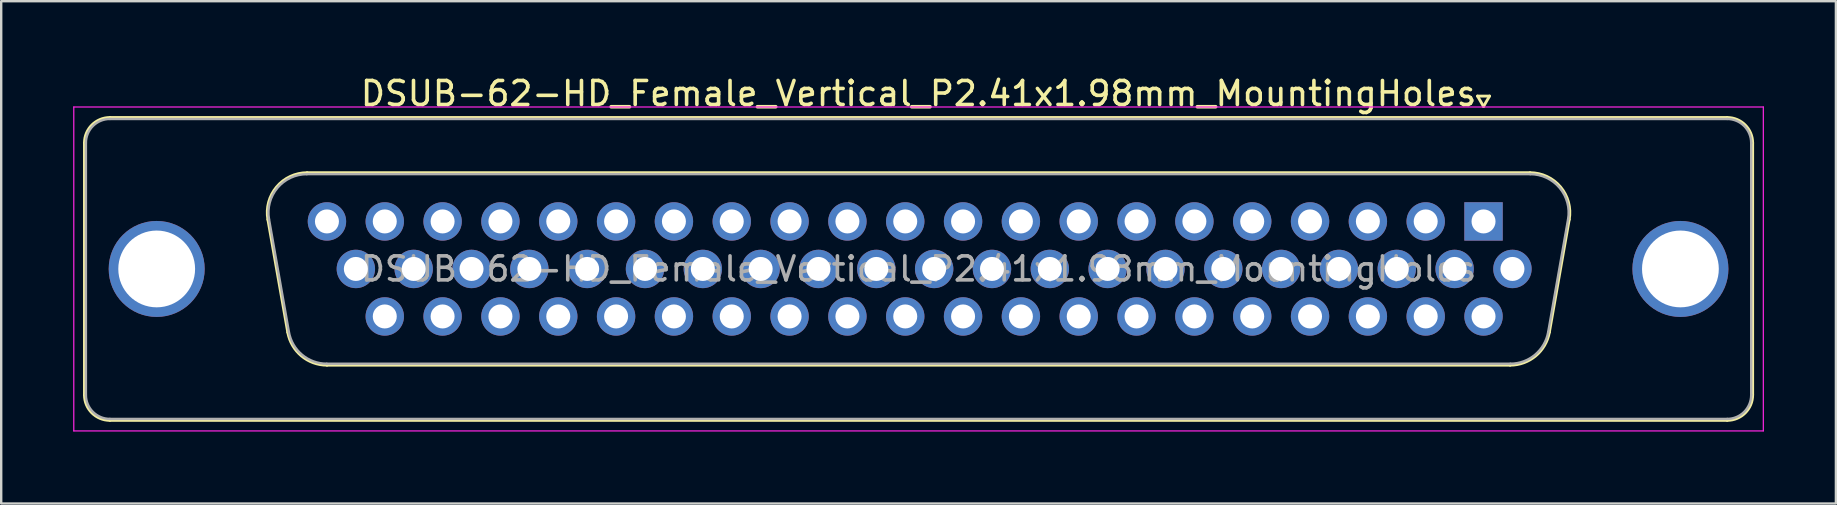
<source format=kicad_pcb>
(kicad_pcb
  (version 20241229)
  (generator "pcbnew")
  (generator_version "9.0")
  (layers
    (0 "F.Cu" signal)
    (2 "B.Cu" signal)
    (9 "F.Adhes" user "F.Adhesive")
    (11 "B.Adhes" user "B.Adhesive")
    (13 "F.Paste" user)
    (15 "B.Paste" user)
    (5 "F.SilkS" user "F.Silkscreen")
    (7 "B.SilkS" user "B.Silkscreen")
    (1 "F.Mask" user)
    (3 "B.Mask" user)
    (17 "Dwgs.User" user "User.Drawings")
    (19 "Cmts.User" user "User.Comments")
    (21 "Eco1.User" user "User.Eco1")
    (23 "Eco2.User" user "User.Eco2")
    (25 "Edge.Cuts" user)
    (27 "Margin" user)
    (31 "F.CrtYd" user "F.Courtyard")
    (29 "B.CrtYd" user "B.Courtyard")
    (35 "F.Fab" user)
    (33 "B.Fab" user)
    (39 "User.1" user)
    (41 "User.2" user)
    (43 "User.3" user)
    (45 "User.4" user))
  (footprint "DSUB-62-HD_Female_Vertical_P2.41x1.98mm_MountingHoles"
    (layer "F.Cu")
    (at 58.775 6.178)
    (property "Reference" "DSUB-62-HD_Female_Vertical_P2.41x1.98mm_MountingHoles" (at -23.545 -5.33 0) (layer "F.SilkS") (effects (font (size 1 1) (thickness 0.15))))
    (attr through_hole)
    (fp_line (start -58.305 7.23) (end -58.305 -3.27) (stroke (width 0.12) (type solid)) (layer "F.SilkS"))
    (fp_line (start -57.245 -4.33) (end 10.155 -4.33) (stroke (width 0.12) (type solid)) (layer "F.SilkS"))
    (fp_line (start -50.661 -0.082) (end -49.833 4.618) (stroke (width 0.12) (type solid)) (layer "F.SilkS"))
    (fp_line (start -49.027 -2.03) (end 1.937 -2.03) (stroke (width 0.12) (type solid)) (layer "F.SilkS"))
    (fp_line (start -48.198 5.99) (end 1.108 5.99) (stroke (width 0.12) (type solid)) (layer "F.SilkS"))
    (fp_line (start -0.25 -5.224) (end 0.25 -5.224) (stroke (width 0.12) (type solid)) (layer "F.SilkS"))
    (fp_line (start 0 -4.791) (end -0.25 -5.224) (stroke (width 0.12) (type solid)) (layer "F.SilkS"))
    (fp_line (start 0.25 -5.224) (end 0 -4.791) (stroke (width 0.12) (type solid)) (layer "F.SilkS"))
    (fp_line (start 3.571 -0.082) (end 2.743 4.618) (stroke (width 0.12) (type solid)) (layer "F.SilkS"))
    (fp_line (start 10.155 8.29) (end -57.245 8.29) (stroke (width 0.12) (type solid)) (layer "F.SilkS"))
    (fp_line (start 11.215 -3.27) (end 11.215 7.23) (stroke (width 0.12) (type solid)) (layer "F.SilkS"))
    (fp_arc (start -58.305 -3.27) (mid -57.994533 -4.019533) (end -57.245 -4.33) (stroke (width 0.12) (type solid)) (layer "F.SilkS"))
    (fp_arc (start -57.245 8.29) (mid -57.994533 7.979533) (end -58.305 7.23) (stroke (width 0.12) (type solid)) (layer "F.SilkS"))
    (fp_arc (start -50.66147 -0.081744) (mid -50.298323 -1.437027) (end -49.026689 -2.03) (stroke (width 0.12) (type solid)) (layer "F.SilkS"))
    (fp_arc (start -48.197952 5.99) (mid -49.26498 5.601634) (end -49.832733 4.618256) (stroke (width 0.12) (type solid)) (layer "F.SilkS"))
    (fp_arc (start 1.936689 -2.03) (mid 3.208323 -1.437027) (end 3.57147 -0.081744) (stroke (width 0.12) (type solid)) (layer "F.SilkS"))
    (fp_arc (start 2.742733 4.618256) (mid 2.17498 5.601634) (end 1.107952 5.99) (stroke (width 0.12) (type solid)) (layer "F.SilkS"))
    (fp_arc (start 10.155 -4.33) (mid 10.904533 -4.019533) (end 11.215 -3.27) (stroke (width 0.12) (type solid)) (layer "F.SilkS"))
    (fp_arc (start 11.215 7.23) (mid 10.904533 7.979533) (end 10.155 8.29) (stroke (width 0.12) (type solid)) (layer "F.SilkS"))
    (fp_line (start -58.75 -4.77) (end -58.75 8.73) (stroke (width 0.05) (type solid)) (layer "F.CrtYd"))
    (fp_line (start -58.75 8.73) (end 11.66 8.73) (stroke (width 0.05) (type solid)) (layer "F.CrtYd"))
    (fp_line (start 11.66 -4.77) (end -58.75 -4.77) (stroke (width 0.05) (type solid)) (layer "F.CrtYd"))
    (fp_line (start 11.66 8.73) (end 11.66 -4.77) (stroke (width 0.05) (type solid)) (layer "F.CrtYd"))
    (fp_line (start -58.245 7.23) (end -58.245 -3.27) (stroke (width 0.1) (type solid)) (layer "F.Fab"))
    (fp_line (start -57.245 -4.27) (end 10.155 -4.27) (stroke (width 0.1) (type solid)) (layer "F.Fab"))
    (fp_line (start -50.614 -0.092) (end -49.785 4.608) (stroke (width 0.1) (type solid)) (layer "F.Fab"))
    (fp_line (start -49.038 -1.97) (end 1.948 -1.97) (stroke (width 0.1) (type solid)) (layer "F.Fab"))
    (fp_line (start -48.209 5.93) (end 1.119 5.93) (stroke (width 0.1) (type solid)) (layer "F.Fab"))
    (fp_line (start 3.524 -0.092) (end 2.695 4.608) (stroke (width 0.1) (type solid)) (layer "F.Fab"))
    (fp_line (start 10.155 8.23) (end -57.245 8.23) (stroke (width 0.1) (type solid)) (layer "F.Fab"))
    (fp_line (start 11.155 -3.27) (end 11.155 7.23) (stroke (width 0.1) (type solid)) (layer "F.Fab"))
    (fp_arc (start -58.245 -3.27) (mid -57.952107 -3.977107) (end -57.245 -4.27) (stroke (width 0.1) (type solid)) (layer "F.Fab"))
    (fp_arc (start -57.245 8.23) (mid -57.952107 7.937107) (end -58.245 7.23) (stroke (width 0.1) (type solid)) (layer "F.Fab"))
    (fp_arc (start -50.613887 -0.092163) (mid -50.263865 -1.39846) (end -49.038194 -1.97) (stroke (width 0.1) (type solid)) (layer "F.Fab"))
    (fp_arc (start -48.209457 5.93) (mid -49.237918 5.555671) (end -49.78515 4.607837) (stroke (width 0.1) (type solid)) (layer "F.Fab"))
    (fp_arc (start 1.948194 -1.97) (mid 3.173865 -1.39846) (end 3.523887 -0.092163) (stroke (width 0.1) (type solid)) (layer "F.Fab"))
    (fp_arc (start 2.69515 4.607837) (mid 2.147918 5.555671) (end 1.119457 5.93) (stroke (width 0.1) (type solid)) (layer "F.Fab"))
    (fp_arc (start 10.155 -4.27) (mid 10.862107 -3.977107) (end 11.155 -3.27) (stroke (width 0.1) (type solid)) (layer "F.Fab"))
    (fp_arc (start 11.155 7.23) (mid 10.862107 7.937107) (end 10.155 8.23) (stroke (width 0.1) (type solid)) (layer "F.Fab"))
    (fp_text user "${REFERENCE}" (at -23.545 1.98 0) (layer "F.Fab") (effects (font (size 1 1) (thickness 0.15))))
    (pad "0" thru_hole circle (at -55.295 1.98) (size 4 4) (drill 3.2) (layers "*.Cu" "*.Mask"))
    (pad "0" thru_hole circle (at 8.205 1.98) (size 4 4) (drill 3.2) (layers "*.Cu" "*.Mask"))
    (pad "1" thru_hole rect (at 0 0) (size 1.6 1.6) (drill 1) (layers "*.Cu" "*.Mask"))
    (pad "2" thru_hole circle (at -2.41 0) (size 1.6 1.6) (drill 1) (layers "*.Cu" "*.Mask"))
    (pad "3" thru_hole circle (at -4.82 0) (size 1.6 1.6) (drill 1) (layers "*.Cu" "*.Mask"))
    (pad "4" thru_hole circle (at -7.23 0) (size 1.6 1.6) (drill 1) (layers "*.Cu" "*.Mask"))
    (pad "5" thru_hole circle (at -9.64 0) (size 1.6 1.6) (drill 1) (layers "*.Cu" "*.Mask"))
    (pad "6" thru_hole circle (at -12.05 0) (size 1.6 1.6) (drill 1) (layers "*.Cu" "*.Mask"))
    (pad "7" thru_hole circle (at -14.46 0) (size 1.6 1.6) (drill 1) (layers "*.Cu" "*.Mask"))
    (pad "8" thru_hole circle (at -16.87 0) (size 1.6 1.6) (drill 1) (layers "*.Cu" "*.Mask"))
    (pad "9" thru_hole circle (at -19.28 0) (size 1.6 1.6) (drill 1) (layers "*.Cu" "*.Mask"))
    (pad "10" thru_hole circle (at -21.69 0) (size 1.6 1.6) (drill 1) (layers "*.Cu" "*.Mask"))
    (pad "11" thru_hole circle (at -24.1 0) (size 1.6 1.6) (drill 1) (layers "*.Cu" "*.Mask"))
    (pad "12" thru_hole circle (at -26.51 0) (size 1.6 1.6) (drill 1) (layers "*.Cu" "*.Mask"))
    (pad "13" thru_hole circle (at -28.92 0) (size 1.6 1.6) (drill 1) (layers "*.Cu" "*.Mask"))
    (pad "14" thru_hole circle (at -31.33 0) (size 1.6 1.6) (drill 1) (layers "*.Cu" "*.Mask"))
    (pad "15" thru_hole circle (at -33.74 0) (size 1.6 1.6) (drill 1) (layers "*.Cu" "*.Mask"))
    (pad "16" thru_hole circle (at -36.15 0) (size 1.6 1.6) (drill 1) (layers "*.Cu" "*.Mask"))
    (pad "17" thru_hole circle (at -38.56 0) (size 1.6 1.6) (drill 1) (layers "*.Cu" "*.Mask"))
    (pad "18" thru_hole circle (at -40.97 0) (size 1.6 1.6) (drill 1) (layers "*.Cu" "*.Mask"))
    (pad "19" thru_hole circle (at -43.38 0) (size 1.6 1.6) (drill 1) (layers "*.Cu" "*.Mask"))
    (pad "20" thru_hole circle (at -45.79 0) (size 1.6 1.6) (drill 1) (layers "*.Cu" "*.Mask"))
    (pad "21" thru_hole circle (at -48.2 0) (size 1.6 1.6) (drill 1) (layers "*.Cu" "*.Mask"))
    (pad "22" thru_hole circle (at 1.205 1.98) (size 1.6 1.6) (drill 1) (layers "*.Cu" "*.Mask"))
    (pad "23" thru_hole circle (at -1.205 1.98) (size 1.6 1.6) (drill 1) (layers "*.Cu" "*.Mask"))
    (pad "24" thru_hole circle (at -3.615 1.98) (size 1.6 1.6) (drill 1) (layers "*.Cu" "*.Mask"))
    (pad "25" thru_hole circle (at -6.025 1.98) (size 1.6 1.6) (drill 1) (layers "*.Cu" "*.Mask"))
    (pad "26" thru_hole circle (at -8.435 1.98) (size 1.6 1.6) (drill 1) (layers "*.Cu" "*.Mask"))
    (pad "27" thru_hole circle (at -10.845 1.98) (size 1.6 1.6) (drill 1) (layers "*.Cu" "*.Mask"))
    (pad "28" thru_hole circle (at -13.255 1.98) (size 1.6 1.6) (drill 1) (layers "*.Cu" "*.Mask"))
    (pad "29" thru_hole circle (at -15.665 1.98) (size 1.6 1.6) (drill 1) (layers "*.Cu" "*.Mask"))
    (pad "30" thru_hole circle (at -18.075 1.98) (size 1.6 1.6) (drill 1) (layers "*.Cu" "*.Mask"))
    (pad "31" thru_hole circle (at -20.485 1.98) (size 1.6 1.6) (drill 1) (layers "*.Cu" "*.Mask"))
    (pad "32" thru_hole circle (at -22.895 1.98) (size 1.6 1.6) (drill 1) (layers "*.Cu" "*.Mask"))
    (pad "33" thru_hole circle (at -25.305 1.98) (size 1.6 1.6) (drill 1) (layers "*.Cu" "*.Mask"))
    (pad "34" thru_hole circle (at -27.715 1.98) (size 1.6 1.6) (drill 1) (layers "*.Cu" "*.Mask"))
    (pad "35" thru_hole circle (at -30.125 1.98) (size 1.6 1.6) (drill 1) (layers "*.Cu" "*.Mask"))
    (pad "36" thru_hole circle (at -32.535 1.98) (size 1.6 1.6) (drill 1) (layers "*.Cu" "*.Mask"))
    (pad "37" thru_hole circle (at -34.945 1.98) (size 1.6 1.6) (drill 1) (layers "*.Cu" "*.Mask"))
    (pad "38" thru_hole circle (at -37.355 1.98) (size 1.6 1.6) (drill 1) (layers "*.Cu" "*.Mask"))
    (pad "39" thru_hole circle (at -39.765 1.98) (size 1.6 1.6) (drill 1) (layers "*.Cu" "*.Mask"))
    (pad "40" thru_hole circle (at -42.175 1.98) (size 1.6 1.6) (drill 1) (layers "*.Cu" "*.Mask"))
    (pad "41" thru_hole circle (at -44.585 1.98) (size 1.6 1.6) (drill 1) (layers "*.Cu" "*.Mask"))
    (pad "42" thru_hole circle (at -46.995 1.98) (size 1.6 1.6) (drill 1) (layers "*.Cu" "*.Mask"))
    (pad "43" thru_hole circle (at 0 3.96) (size 1.6 1.6) (drill 1) (layers "*.Cu" "*.Mask"))
    (pad "44" thru_hole circle (at -2.41 3.96) (size 1.6 1.6) (drill 1) (layers "*.Cu" "*.Mask"))
    (pad "45" thru_hole circle (at -4.82 3.96) (size 1.6 1.6) (drill 1) (layers "*.Cu" "*.Mask"))
    (pad "46" thru_hole circle (at -7.23 3.96) (size 1.6 1.6) (drill 1) (layers "*.Cu" "*.Mask"))
    (pad "47" thru_hole circle (at -9.64 3.96) (size 1.6 1.6) (drill 1) (layers "*.Cu" "*.Mask"))
    (pad "48" thru_hole circle (at -12.05 3.96) (size 1.6 1.6) (drill 1) (layers "*.Cu" "*.Mask"))
    (pad "49" thru_hole circle (at -14.46 3.96) (size 1.6 1.6) (drill 1) (layers "*.Cu" "*.Mask"))
    (pad "50" thru_hole circle (at -16.87 3.96) (size 1.6 1.6) (drill 1) (layers "*.Cu" "*.Mask"))
    (pad "51" thru_hole circle (at -19.28 3.96) (size 1.6 1.6) (drill 1) (layers "*.Cu" "*.Mask"))
    (pad "52" thru_hole circle (at -21.69 3.96) (size 1.6 1.6) (drill 1) (layers "*.Cu" "*.Mask"))
    (pad "53" thru_hole circle (at -24.1 3.96) (size 1.6 1.6) (drill 1) (layers "*.Cu" "*.Mask"))
    (pad "54" thru_hole circle (at -26.51 3.96) (size 1.6 1.6) (drill 1) (layers "*.Cu" "*.Mask"))
    (pad "55" thru_hole circle (at -28.92 3.96) (size 1.6 1.6) (drill 1) (layers "*.Cu" "*.Mask"))
    (pad "56" thru_hole circle (at -31.33 3.96) (size 1.6 1.6) (drill 1) (layers "*.Cu" "*.Mask"))
    (pad "57" thru_hole circle (at -33.74 3.96) (size 1.6 1.6) (drill 1) (layers "*.Cu" "*.Mask"))
    (pad "58" thru_hole circle (at -36.15 3.96) (size 1.6 1.6) (drill 1) (layers "*.Cu" "*.Mask"))
    (pad "59" thru_hole circle (at -38.56 3.96) (size 1.6 1.6) (drill 1) (layers "*.Cu" "*.Mask"))
    (pad "60" thru_hole circle (at -40.97 3.96) (size 1.6 1.6) (drill 1) (layers "*.Cu" "*.Mask"))
    (pad "61" thru_hole circle (at -43.38 3.96) (size 1.6 1.6) (drill 1) (layers "*.Cu" "*.Mask"))
    (pad "62" thru_hole circle (at -45.79 3.96) (size 1.6 1.6) (drill 1) (layers "*.Cu" "*.Mask")))
  (gr_rect
    (start -3 -3)
    (end 73.46 17.933)
    (stroke (width 0.1) (type default))
    (fill no)
    (layer "Edge.Cuts")))
</source>
